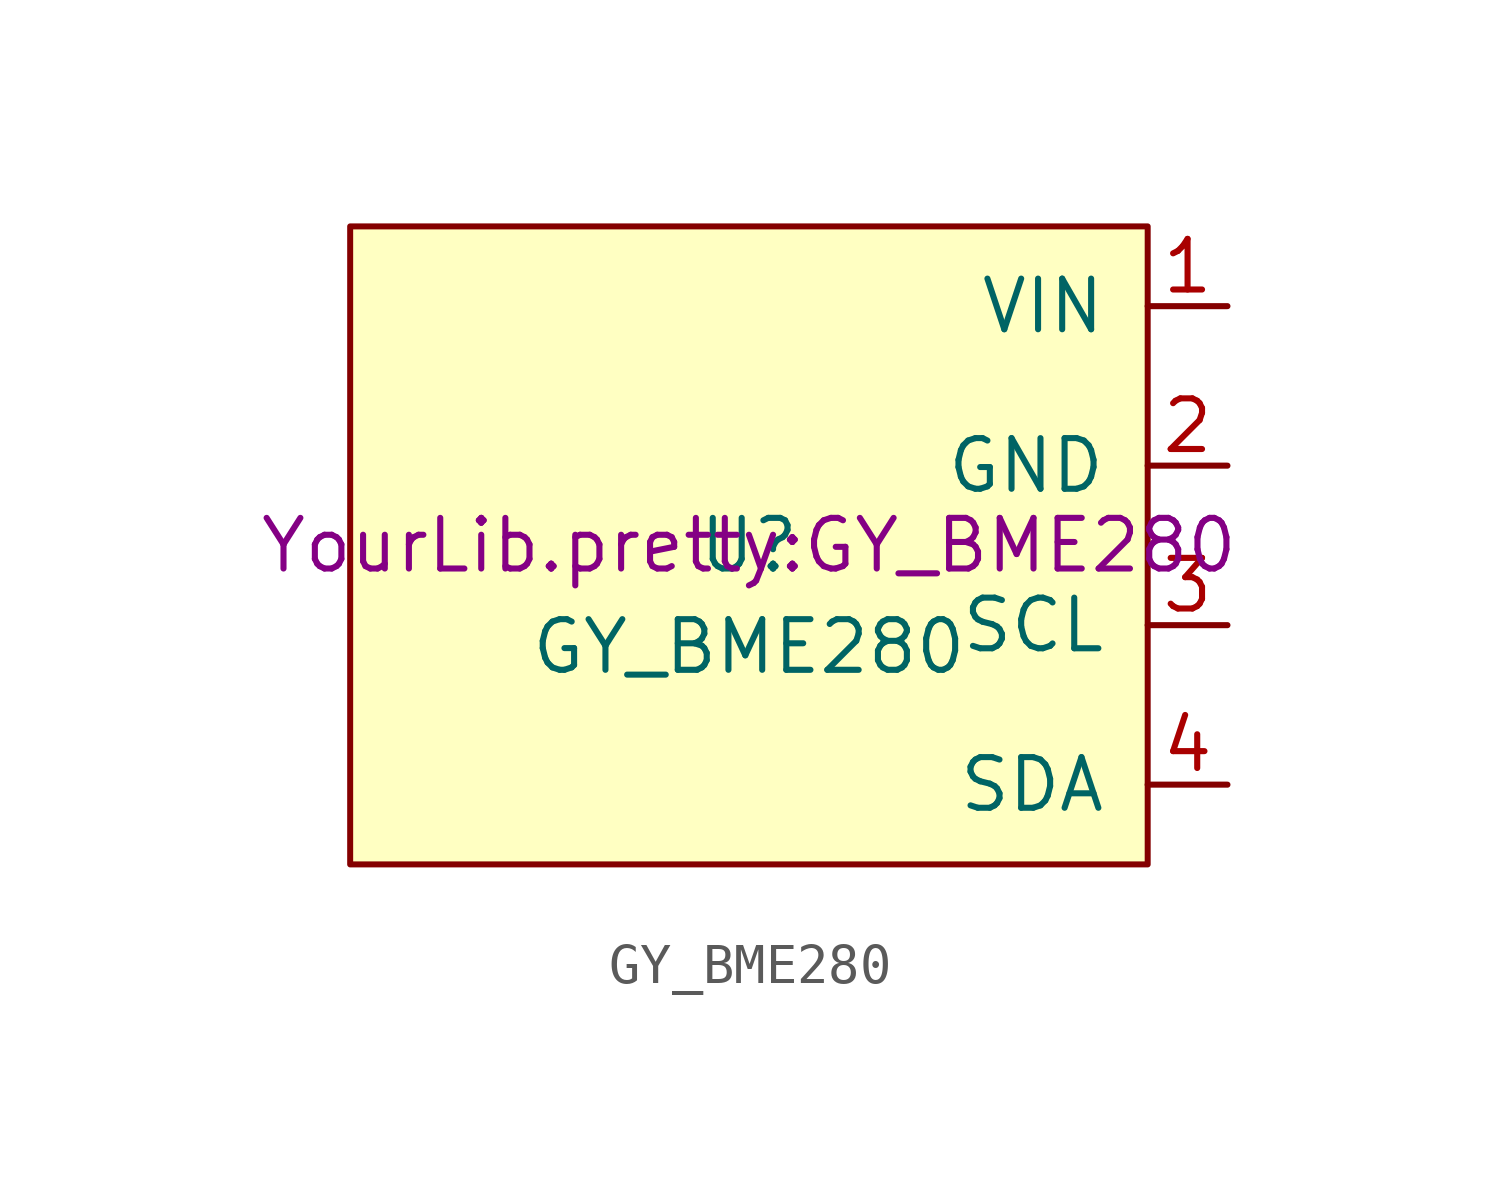
<source format=kicad_sym>
(kicad_symbol_lib
  (version 20211014)
  (generator pcbnew)
  (symbol "GY_BME280"
    (pin_names
      (offset 1.016))
    (property "Reference" "U"
      (at 0 0 0)
      (effects (font (size 1.27 1.27))))
    (property "Value" "GY_BME280"
      (at 0 -2.54 0)
      (effects (font (size 1.27 1.27))))
    (property "Footprint" "YourLib.pretty:GY_BME280")
    (rectangle
      (start -10 8)
      (end 10 -8)
      (stroke (width 0.15))
      (fill (type background)))
    (pin power_in line
      (at 12 6 180)
      (length 2)
      (name "VIN")
      (number "1"))
    (pin power_in line
      (at 12 2 180)
      (length 2)
      (name "GND")
      (number "2"))
    (pin input line
      (at 12 -2 180)
      (length 2)
      (name "SCL")
      (number "3"))
    (pin bidirectional line
      (at 12 -6 180)
      (length 2)
      (name "SDA")
      (number "4"))))
</source>
